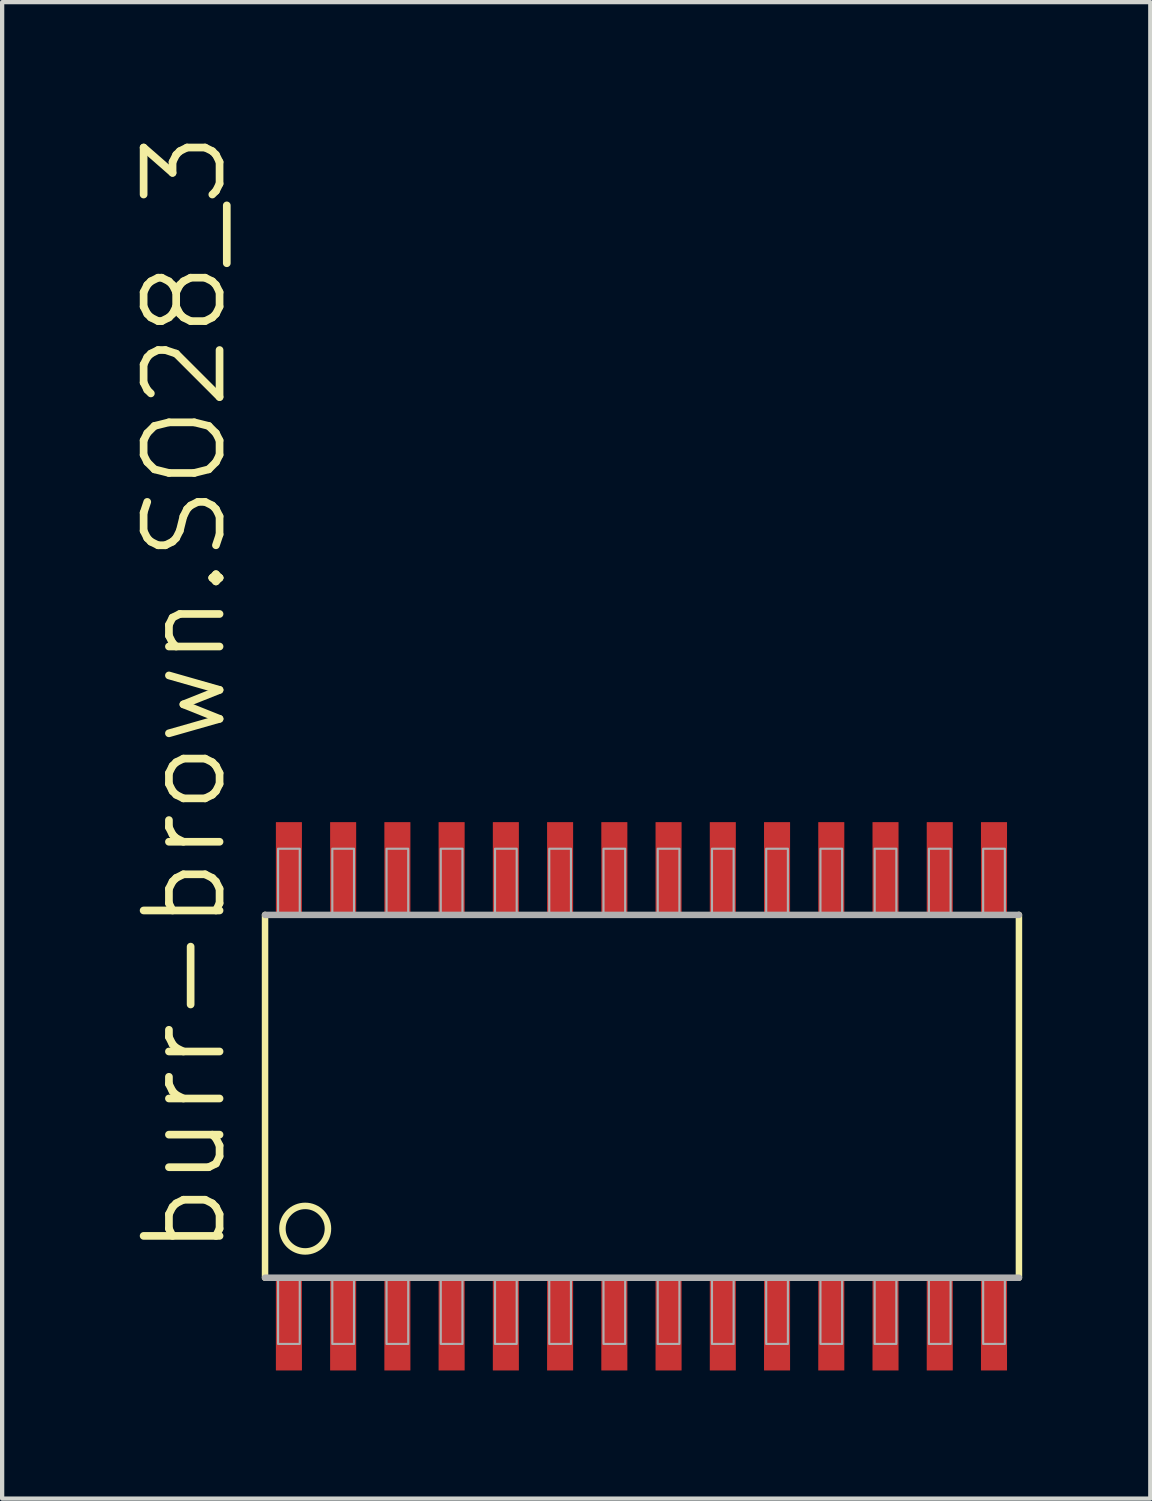
<source format=kicad_pcb>
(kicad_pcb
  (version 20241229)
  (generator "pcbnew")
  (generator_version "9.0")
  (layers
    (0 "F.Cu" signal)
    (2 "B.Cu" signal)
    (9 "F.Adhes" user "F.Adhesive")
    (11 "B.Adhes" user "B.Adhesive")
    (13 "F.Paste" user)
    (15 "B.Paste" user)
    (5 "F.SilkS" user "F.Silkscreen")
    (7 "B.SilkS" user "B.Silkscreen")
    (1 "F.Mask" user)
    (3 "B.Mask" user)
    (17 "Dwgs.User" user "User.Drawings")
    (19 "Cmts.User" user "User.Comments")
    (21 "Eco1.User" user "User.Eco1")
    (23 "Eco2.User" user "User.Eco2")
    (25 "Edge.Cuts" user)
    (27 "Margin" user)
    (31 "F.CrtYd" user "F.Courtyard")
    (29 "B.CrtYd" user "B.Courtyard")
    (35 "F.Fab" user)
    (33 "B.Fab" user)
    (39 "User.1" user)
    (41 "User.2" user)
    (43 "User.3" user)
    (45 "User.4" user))
  (footprint "burr-brown.SO28_3"
    (layer "F.Cu")
    (at 11.97 22.621)
    (property "Reference" "burr-brown.SO28_3" (at -9.652 3.81 90) (layer "F.SilkS") (effects (font (size 1.778 1.778) (thickness 0.18)) (justify left bottom)))
    (attr smd)
    (fp_line (start -8.814 -4.248) (end -8.814 4.248) (stroke (width 0.152) (type default)) (layer "F.SilkS"))
    (fp_line (start 8.839 4.248) (end 8.839 -4.248) (stroke (width 0.152) (type default)) (layer "F.SilkS"))
    (fp_circle (center -7.874 3.099) (end -7.341 3.099) (stroke (width 0.152) (type default)) (fill no) (layer "F.SilkS"))
    (fp_line (start -8.814 4.248) (end 8.839 4.248) (stroke (width 0.152) (type default)) (layer "F.Fab"))
    (fp_line (start 8.839 -4.248) (end -8.814 -4.248) (stroke (width 0.152) (type default)) (layer "F.Fab"))
    (fp_rect (start -8.509 -4.274) (end -8.001 -5.798) (stroke (width 0.05) (type default)) (fill no) (layer "F.Fab"))
    (fp_rect (start -8.509 5.798) (end -8.001 4.274) (stroke (width 0.05) (type default)) (fill no) (layer "F.Fab"))
    (fp_rect (start -7.239 -4.274) (end -6.731 -5.798) (stroke (width 0.05) (type default)) (fill no) (layer "F.Fab"))
    (fp_rect (start -7.239 5.798) (end -6.731 4.274) (stroke (width 0.05) (type default)) (fill no) (layer "F.Fab"))
    (fp_rect (start -5.969 -4.274) (end -5.461 -5.798) (stroke (width 0.05) (type default)) (fill no) (layer "F.Fab"))
    (fp_rect (start -5.969 5.798) (end -5.461 4.274) (stroke (width 0.05) (type default)) (fill no) (layer "F.Fab"))
    (fp_rect (start -4.699 -4.274) (end -4.191 -5.798) (stroke (width 0.05) (type default)) (fill no) (layer "F.Fab"))
    (fp_rect (start -4.699 5.798) (end -4.191 4.274) (stroke (width 0.05) (type default)) (fill no) (layer "F.Fab"))
    (fp_rect (start -3.429 -4.274) (end -2.921 -5.798) (stroke (width 0.05) (type default)) (fill no) (layer "F.Fab"))
    (fp_rect (start -3.429 5.798) (end -2.921 4.274) (stroke (width 0.05) (type default)) (fill no) (layer "F.Fab"))
    (fp_rect (start -2.159 -4.274) (end -1.651 -5.798) (stroke (width 0.05) (type default)) (fill no) (layer "F.Fab"))
    (fp_rect (start -2.159 5.798) (end -1.651 4.274) (stroke (width 0.05) (type default)) (fill no) (layer "F.Fab"))
    (fp_rect (start -0.889 -4.274) (end -0.381 -5.798) (stroke (width 0.05) (type default)) (fill no) (layer "F.Fab"))
    (fp_rect (start -0.889 5.798) (end -0.381 4.274) (stroke (width 0.05) (type default)) (fill no) (layer "F.Fab"))
    (fp_rect (start 0.381 -4.274) (end 0.889 -5.798) (stroke (width 0.05) (type default)) (fill no) (layer "F.Fab"))
    (fp_rect (start 0.381 5.798) (end 0.889 4.274) (stroke (width 0.05) (type default)) (fill no) (layer "F.Fab"))
    (fp_rect (start 1.651 -4.274) (end 2.159 -5.798) (stroke (width 0.05) (type default)) (fill no) (layer "F.Fab"))
    (fp_rect (start 1.651 5.798) (end 2.159 4.274) (stroke (width 0.05) (type default)) (fill no) (layer "F.Fab"))
    (fp_rect (start 2.921 -4.274) (end 3.429 -5.798) (stroke (width 0.05) (type default)) (fill no) (layer "F.Fab"))
    (fp_rect (start 2.921 5.798) (end 3.429 4.274) (stroke (width 0.05) (type default)) (fill no) (layer "F.Fab"))
    (fp_rect (start 4.191 -4.274) (end 4.699 -5.798) (stroke (width 0.05) (type default)) (fill no) (layer "F.Fab"))
    (fp_rect (start 4.191 5.798) (end 4.699 4.274) (stroke (width 0.05) (type default)) (fill no) (layer "F.Fab"))
    (fp_rect (start 5.461 -4.274) (end 5.969 -5.798) (stroke (width 0.05) (type default)) (fill no) (layer "F.Fab"))
    (fp_rect (start 5.461 5.798) (end 5.969 4.274) (stroke (width 0.05) (type default)) (fill no) (layer "F.Fab"))
    (fp_rect (start 6.731 -4.274) (end 7.239 -5.798) (stroke (width 0.05) (type default)) (fill no) (layer "F.Fab"))
    (fp_rect (start 6.731 5.798) (end 7.239 4.274) (stroke (width 0.05) (type default)) (fill no) (layer "F.Fab"))
    (fp_rect (start 8.001 -4.274) (end 8.509 -5.798) (stroke (width 0.05) (type default)) (fill no) (layer "F.Fab"))
    (fp_rect (start 8.001 5.798) (end 8.509 4.274) (stroke (width 0.05) (type default)) (fill no) (layer "F.Fab"))
    (pad "1" smd roundrect (at -8.255 5.315) (size 0.61 2.21) (layers "F.Cu" "F.Mask" "F.Paste") (roundrect_rratio 0.01))
    (pad "2" smd roundrect (at -6.985 5.315) (size 0.61 2.21) (layers "F.Cu" "F.Mask" "F.Paste") (roundrect_rratio 0.01))
    (pad "3" smd roundrect (at -5.715 5.315) (size 0.61 2.21) (layers "F.Cu" "F.Mask" "F.Paste") (roundrect_rratio 0.01))
    (pad "4" smd roundrect (at -4.445 5.315) (size 0.61 2.21) (layers "F.Cu" "F.Mask" "F.Paste") (roundrect_rratio 0.01))
    (pad "5" smd roundrect (at -3.175 5.315) (size 0.61 2.21) (layers "F.Cu" "F.Mask" "F.Paste") (roundrect_rratio 0.01))
    (pad "6" smd roundrect (at -1.905 5.315) (size 0.61 2.21) (layers "F.Cu" "F.Mask" "F.Paste") (roundrect_rratio 0.01))
    (pad "7" smd roundrect (at -0.635 5.315) (size 0.61 2.21) (layers "F.Cu" "F.Mask" "F.Paste") (roundrect_rratio 0.01))
    (pad "8" smd roundrect (at 0.635 5.315) (size 0.61 2.21) (layers "F.Cu" "F.Mask" "F.Paste") (roundrect_rratio 0.01))
    (pad "9" smd roundrect (at 1.905 5.315) (size 0.61 2.21) (layers "F.Cu" "F.Mask" "F.Paste") (roundrect_rratio 0.01))
    (pad "10" smd roundrect (at 3.175 5.315) (size 0.61 2.21) (layers "F.Cu" "F.Mask" "F.Paste") (roundrect_rratio 0.01))
    (pad "11" smd roundrect (at 4.445 5.315) (size 0.61 2.21) (layers "F.Cu" "F.Mask" "F.Paste") (roundrect_rratio 0.01))
    (pad "12" smd roundrect (at 5.715 5.315) (size 0.61 2.21) (layers "F.Cu" "F.Mask" "F.Paste") (roundrect_rratio 0.01))
    (pad "13" smd roundrect (at 6.985 5.315) (size 0.61 2.21) (layers "F.Cu" "F.Mask" "F.Paste") (roundrect_rratio 0.01))
    (pad "14" smd roundrect (at 8.255 5.315) (size 0.61 2.21) (layers "F.Cu" "F.Mask" "F.Paste") (roundrect_rratio 0.01))
    (pad "15" smd roundrect (at 8.255 -5.315) (size 0.61 2.21) (layers "F.Cu" "F.Mask" "F.Paste") (roundrect_rratio 0.01))
    (pad "16" smd roundrect (at 6.985 -5.315) (size 0.61 2.21) (layers "F.Cu" "F.Mask" "F.Paste") (roundrect_rratio 0.01))
    (pad "17" smd roundrect (at 5.715 -5.315) (size 0.61 2.21) (layers "F.Cu" "F.Mask" "F.Paste") (roundrect_rratio 0.01))
    (pad "18" smd roundrect (at 4.445 -5.315) (size 0.61 2.21) (layers "F.Cu" "F.Mask" "F.Paste") (roundrect_rratio 0.01))
    (pad "19" smd roundrect (at 3.175 -5.315) (size 0.61 2.21) (layers "F.Cu" "F.Mask" "F.Paste") (roundrect_rratio 0.01))
    (pad "20" smd roundrect (at 1.905 -5.315) (size 0.61 2.21) (layers "F.Cu" "F.Mask" "F.Paste") (roundrect_rratio 0.01))
    (pad "21" smd roundrect (at 0.635 -5.315) (size 0.61 2.21) (layers "F.Cu" "F.Mask" "F.Paste") (roundrect_rratio 0.01))
    (pad "22" smd roundrect (at -0.635 -5.315) (size 0.61 2.21) (layers "F.Cu" "F.Mask" "F.Paste") (roundrect_rratio 0.01))
    (pad "23" smd roundrect (at -1.905 -5.315) (size 0.61 2.21) (layers "F.Cu" "F.Mask" "F.Paste") (roundrect_rratio 0.01))
    (pad "24" smd roundrect (at -3.175 -5.315) (size 0.61 2.21) (layers "F.Cu" "F.Mask" "F.Paste") (roundrect_rratio 0.01))
    (pad "25" smd roundrect (at -4.445 -5.315) (size 0.61 2.21) (layers "F.Cu" "F.Mask" "F.Paste") (roundrect_rratio 0.01))
    (pad "26" smd roundrect (at -5.715 -5.315) (size 0.61 2.21) (layers "F.Cu" "F.Mask" "F.Paste") (roundrect_rratio 0.01))
    (pad "27" smd roundrect (at -6.985 -5.315) (size 0.61 2.21) (layers "F.Cu" "F.Mask" "F.Paste") (roundrect_rratio 0.01))
    (pad "28" smd roundrect (at -8.255 -5.315) (size 0.61 2.21) (layers "F.Cu" "F.Mask" "F.Paste") (roundrect_rratio 0.01)))
  (gr_rect
    (start -3 -3)
    (end 23.885 32.041)
    (stroke (width 0.1) (type default))
    (fill no)
    (layer "Edge.Cuts")))
</source>
